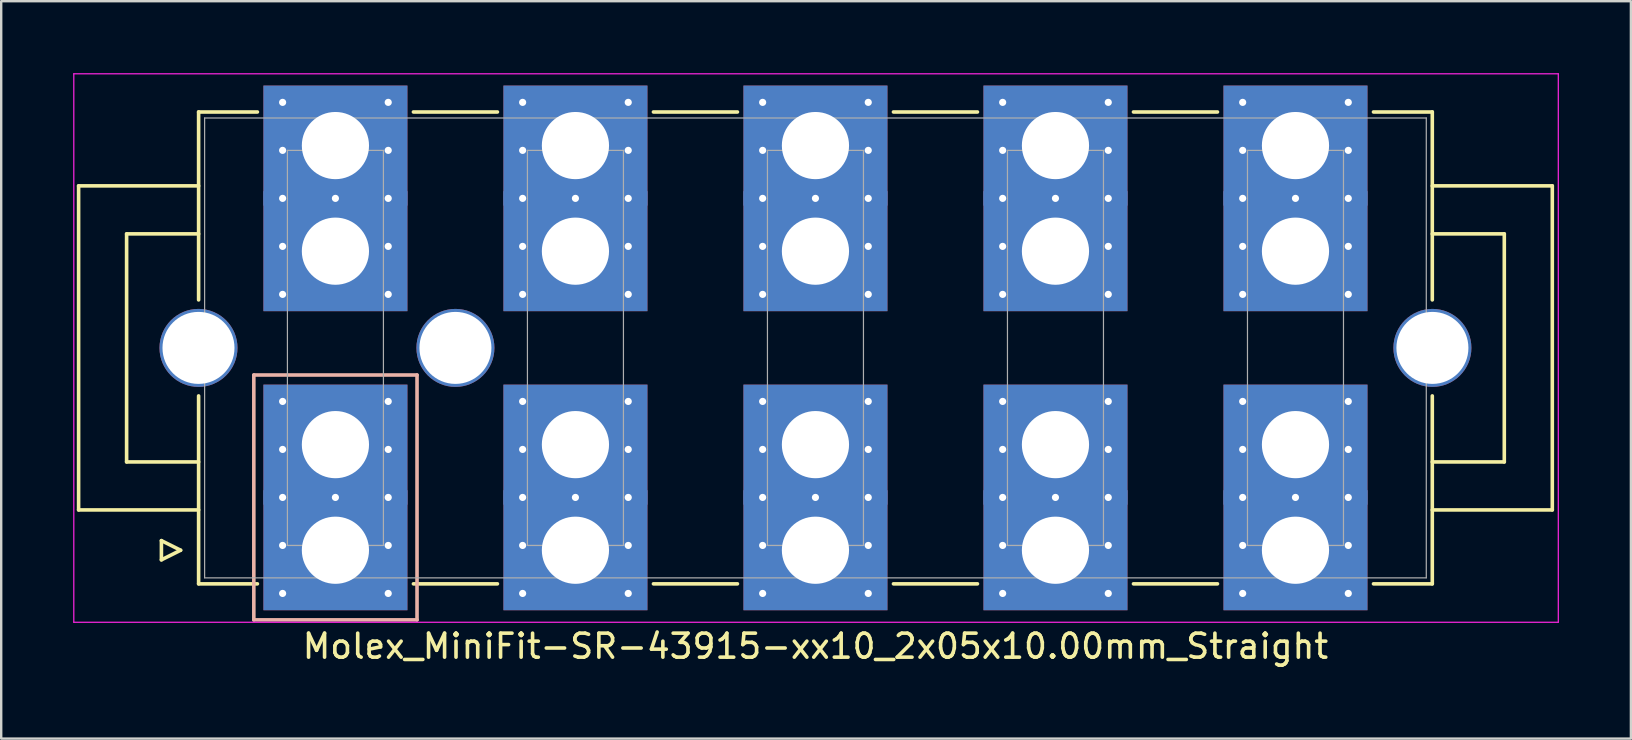
<source format=kicad_pcb>
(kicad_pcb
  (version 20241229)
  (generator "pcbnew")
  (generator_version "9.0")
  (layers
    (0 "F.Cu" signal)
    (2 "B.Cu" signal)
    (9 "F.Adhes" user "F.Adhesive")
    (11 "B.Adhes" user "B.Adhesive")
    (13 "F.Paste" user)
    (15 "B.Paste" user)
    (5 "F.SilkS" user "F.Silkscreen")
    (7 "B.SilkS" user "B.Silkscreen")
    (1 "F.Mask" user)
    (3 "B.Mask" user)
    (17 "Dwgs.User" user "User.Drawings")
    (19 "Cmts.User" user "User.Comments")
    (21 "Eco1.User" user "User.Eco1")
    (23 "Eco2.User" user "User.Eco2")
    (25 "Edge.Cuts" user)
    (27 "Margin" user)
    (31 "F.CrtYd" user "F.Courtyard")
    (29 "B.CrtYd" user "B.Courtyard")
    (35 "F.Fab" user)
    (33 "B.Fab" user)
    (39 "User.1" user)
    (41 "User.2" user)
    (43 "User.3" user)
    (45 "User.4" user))
  (footprint "Molex_MiniFit-SR-43915-xx10_2x05x10.00mm_Straight"
    (layer "F.Cu")
    (at 10.925 19.875)
    (property "Reference" "Molex_MiniFit-SR-43915-xx10_2x05x10.00mm_Straight" (at 20 4 0) (layer "F.SilkS") (effects (font (size 1 1) (thickness 0.15))))
    (attr through_hole)
    (fp_line (start -10.7 -15.18) (end -10.7 -1.68) (stroke (width 0.15) (type solid)) (layer "F.SilkS"))
    (fp_line (start -10.7 -1.68) (end -5.7 -1.68) (stroke (width 0.15) (type solid)) (layer "F.SilkS"))
    (fp_line (start -8.7 -13.18) (end -8.7 -3.68) (stroke (width 0.15) (type solid)) (layer "F.SilkS"))
    (fp_line (start -8.7 -3.68) (end -5.7 -3.68) (stroke (width 0.15) (type solid)) (layer "F.SilkS"))
    (fp_line (start -7.25 -0.4) (end -7.25 0.4) (stroke (width 0.15) (type solid)) (layer "F.SilkS"))
    (fp_line (start -7.25 0.4) (end -6.45 0) (stroke (width 0.15) (type solid)) (layer "F.SilkS"))
    (fp_line (start -6.45 0) (end -7.25 -0.4) (stroke (width 0.15) (type solid)) (layer "F.SilkS"))
    (fp_line (start -5.7 -18.26) (end -5.7 -10.43) (stroke (width 0.15) (type solid)) (layer "F.SilkS"))
    (fp_line (start -5.7 -15.18) (end -10.7 -15.18) (stroke (width 0.15) (type solid)) (layer "F.SilkS"))
    (fp_line (start -5.7 -13.18) (end -8.7 -13.18) (stroke (width 0.15) (type solid)) (layer "F.SilkS"))
    (fp_line (start -5.7 1.4) (end -5.7 -6.43) (stroke (width 0.15) (type solid)) (layer "F.SilkS"))
    (fp_line (start -3.25 -18.26) (end -5.7 -18.26) (stroke (width 0.15) (type solid)) (layer "F.SilkS"))
    (fp_line (start -3.25 1.4) (end -5.7 1.4) (stroke (width 0.15) (type solid)) (layer "F.SilkS"))
    (fp_line (start 3.25 -18.26) (end 6.75 -18.26) (stroke (width 0.15) (type solid)) (layer "F.SilkS"))
    (fp_line (start 3.25 1.4) (end 6.75 1.4) (stroke (width 0.15) (type solid)) (layer "F.SilkS"))
    (fp_line (start 13.25 -18.26) (end 16.75 -18.26) (stroke (width 0.15) (type solid)) (layer "F.SilkS"))
    (fp_line (start 13.25 1.4) (end 16.75 1.4) (stroke (width 0.15) (type solid)) (layer "F.SilkS"))
    (fp_line (start 23.25 -18.26) (end 26.75 -18.26) (stroke (width 0.15) (type solid)) (layer "F.SilkS"))
    (fp_line (start 23.25 1.4) (end 26.75 1.4) (stroke (width 0.15) (type solid)) (layer "F.SilkS"))
    (fp_line (start 33.25 -18.26) (end 36.75 -18.26) (stroke (width 0.15) (type solid)) (layer "F.SilkS"))
    (fp_line (start 33.25 1.4) (end 36.75 1.4) (stroke (width 0.15) (type solid)) (layer "F.SilkS"))
    (fp_line (start 43.25 -18.26) (end 45.7 -18.26) (stroke (width 0.15) (type solid)) (layer "F.SilkS"))
    (fp_line (start 43.25 1.4) (end 45.7 1.4) (stroke (width 0.15) (type solid)) (layer "F.SilkS"))
    (fp_line (start 45.7 -18.26) (end 45.7 -10.43) (stroke (width 0.15) (type solid)) (layer "F.SilkS"))
    (fp_line (start 45.7 -15.18) (end 50.7 -15.18) (stroke (width 0.15) (type solid)) (layer "F.SilkS"))
    (fp_line (start 45.7 -13.18) (end 48.7 -13.18) (stroke (width 0.15) (type solid)) (layer "F.SilkS"))
    (fp_line (start 45.7 1.4) (end 45.7 -6.43) (stroke (width 0.15) (type solid)) (layer "F.SilkS"))
    (fp_line (start 48.7 -13.18) (end 48.7 -3.68) (stroke (width 0.15) (type solid)) (layer "F.SilkS"))
    (fp_line (start 48.7 -3.68) (end 45.7 -3.68) (stroke (width 0.15) (type solid)) (layer "F.SilkS"))
    (fp_line (start 50.7 -15.18) (end 50.7 -1.68) (stroke (width 0.15) (type solid)) (layer "F.SilkS"))
    (fp_line (start 50.7 -1.68) (end 45.7 -1.68) (stroke (width 0.15) (type solid)) (layer "F.SilkS"))
    (fp_line (start -3.4 -7.3) (end -3.4 2.9) (stroke (width 0.15) (type solid)) (layer "B.SilkS"))
    (fp_line (start -3.4 2.9) (end 3.4 2.9) (stroke (width 0.15) (type solid)) (layer "B.SilkS"))
    (fp_line (start 3.4 -7.3) (end -3.4 -7.3) (stroke (width 0.15) (type solid)) (layer "B.SilkS"))
    (fp_line (start 3.4 2.9) (end 3.4 -7.3) (stroke (width 0.15) (type solid)) (layer "B.SilkS"))
    (fp_line (start -10.9 -19.85) (end -10.9 3) (stroke (width 0.05) (type solid)) (layer "F.CrtYd"))
    (fp_line (start -10.9 3) (end 50.95 3) (stroke (width 0.05) (type solid)) (layer "F.CrtYd"))
    (fp_line (start 50.95 -19.85) (end -10.9 -19.85) (stroke (width 0.05) (type solid)) (layer "F.CrtYd"))
    (fp_line (start 50.95 3) (end 50.95 -19.85) (stroke (width 0.05) (type solid)) (layer "F.CrtYd"))
    (fp_line (start -5.45 -18.01) (end -5.45 1.15) (stroke (width 0.05) (type solid)) (layer "F.Fab"))
    (fp_line (start -5.45 1.15) (end 45.45 1.15) (stroke (width 0.05) (type solid)) (layer "F.Fab"))
    (fp_line (start -2 -16.66) (end -2 -0.2) (stroke (width 0.05) (type solid)) (layer "F.Fab"))
    (fp_line (start -2 -0.2) (end 2 -0.2) (stroke (width 0.05) (type solid)) (layer "F.Fab"))
    (fp_line (start 2 -16.66) (end -2 -16.66) (stroke (width 0.05) (type solid)) (layer "F.Fab"))
    (fp_line (start 2 -0.2) (end 2 -16.66) (stroke (width 0.05) (type solid)) (layer "F.Fab"))
    (fp_line (start 8 -16.66) (end 8 -0.2) (stroke (width 0.05) (type solid)) (layer "F.Fab"))
    (fp_line (start 8 -0.2) (end 12 -0.2) (stroke (width 0.05) (type solid)) (layer "F.Fab"))
    (fp_line (start 12 -16.66) (end 8 -16.66) (stroke (width 0.05) (type solid)) (layer "F.Fab"))
    (fp_line (start 12 -0.2) (end 12 -16.66) (stroke (width 0.05) (type solid)) (layer "F.Fab"))
    (fp_line (start 18 -16.66) (end 18 -0.2) (stroke (width 0.05) (type solid)) (layer "F.Fab"))
    (fp_line (start 18 -0.2) (end 22 -0.2) (stroke (width 0.05) (type solid)) (layer "F.Fab"))
    (fp_line (start 22 -16.66) (end 18 -16.66) (stroke (width 0.05) (type solid)) (layer "F.Fab"))
    (fp_line (start 22 -0.2) (end 22 -16.66) (stroke (width 0.05) (type solid)) (layer "F.Fab"))
    (fp_line (start 28 -16.66) (end 28 -0.2) (stroke (width 0.05) (type solid)) (layer "F.Fab"))
    (fp_line (start 28 -0.2) (end 32 -0.2) (stroke (width 0.05) (type solid)) (layer "F.Fab"))
    (fp_line (start 32 -16.66) (end 28 -16.66) (stroke (width 0.05) (type solid)) (layer "F.Fab"))
    (fp_line (start 32 -0.2) (end 32 -16.66) (stroke (width 0.05) (type solid)) (layer "F.Fab"))
    (fp_line (start 38 -16.66) (end 38 -0.2) (stroke (width 0.05) (type solid)) (layer "F.Fab"))
    (fp_line (start 38 -0.2) (end 42 -0.2) (stroke (width 0.05) (type solid)) (layer "F.Fab"))
    (fp_line (start 42 -16.66) (end 38 -16.66) (stroke (width 0.05) (type solid)) (layer "F.Fab"))
    (fp_line (start 42 -0.2) (end 42 -16.66) (stroke (width 0.05) (type solid)) (layer "F.Fab"))
    (fp_line (start 45.45 -18.01) (end -5.45 -18.01) (stroke (width 0.05) (type solid)) (layer "F.Fab"))
    (fp_line (start 45.45 1.15) (end 45.45 -18.01) (stroke (width 0.05) (type solid)) (layer "F.Fab"))
    (pad "" thru_hole circle (at -5.705 -8.43) (size 3.25 3.25) (drill 3) (layers "*.Cu" "*.Mask"))
    (pad "" thru_hole circle (at 0 -14.66) (size 0.5 0.5) (drill 0.3) (layers "*.Cu" "B.Mask"))
    (pad "" thru_hole circle (at 0 -2.2) (size 0.5 0.5) (drill 0.3) (layers "*.Cu" "B.Mask"))
    (pad "" thru_hole circle (at 5 -8.43) (size 3.25 3.25) (drill 3) (layers "*.Cu" "*.Mask"))
    (pad "" thru_hole circle (at 10 -14.66) (size 0.5 0.5) (drill 0.3) (layers "*.Cu" "B.Mask"))
    (pad "" thru_hole circle (at 10 -2.2) (size 0.5 0.5) (drill 0.3) (layers "*.Cu" "B.Mask"))
    (pad "" thru_hole circle (at 20 -14.66) (size 0.5 0.5) (drill 0.3) (layers "*.Cu" "B.Mask"))
    (pad "" thru_hole circle (at 20 -2.2) (size 0.5 0.5) (drill 0.3) (layers "*.Cu" "B.Mask"))
    (pad "" thru_hole circle (at 30 -14.66) (size 0.5 0.5) (drill 0.3) (layers "*.Cu" "B.Mask"))
    (pad "" thru_hole circle (at 30 -2.2) (size 0.5 0.5) (drill 0.3) (layers "*.Cu" "B.Mask"))
    (pad "" thru_hole circle (at 40 -14.66) (size 0.5 0.5) (drill 0.3) (layers "*.Cu" "B.Mask"))
    (pad "" thru_hole circle (at 40 -2.2) (size 0.5 0.5) (drill 0.3) (layers "*.Cu" "B.Mask"))
    (pad "" thru_hole circle (at 45.705 -8.43) (size 3.25 3.25) (drill 3) (layers "*.Cu" "*.Mask"))
    (pad "1" thru_hole rect (at -2.2 -6.2) (size 0.5 0.5) (drill 0.3) (layers "*.Cu" "B.Mask"))
    (pad "1" thru_hole rect (at -2.2 -4.2) (size 0.5 0.5) (drill 0.3) (layers "*.Cu" "B.Mask"))
    (pad "1" thru_hole rect (at -2.2 -2.2) (size 0.5 0.5) (drill 0.3) (layers "*.Cu" "B.Mask"))
    (pad "1" thru_hole rect (at -2.2 -0.2) (size 0.5 0.5) (drill 0.3) (layers "*.Cu" "B.Mask"))
    (pad "1" thru_hole rect (at -2.2 1.8) (size 0.5 0.5) (drill 0.3) (layers "*.Cu" "B.Mask"))
    (pad "1" thru_hole rect (at 0 -4.4) (size 6 5) (drill 2.8) (layers "*.Cu" "B.Mask"))
    (pad "1" thru_hole rect (at 0 0) (size 6 5) (drill 2.8) (layers "*.Cu" "B.Mask"))
    (pad "1" thru_hole rect (at 2.2 -6.2) (size 0.5 0.5) (drill 0.3) (layers "*.Cu" "B.Mask"))
    (pad "1" thru_hole rect (at 2.2 -4.2) (size 0.5 0.5) (drill 0.3) (layers "*.Cu" "B.Mask"))
    (pad "1" thru_hole rect (at 2.2 -2.2) (size 0.5 0.5) (drill 0.3) (layers "*.Cu" "B.Mask"))
    (pad "1" thru_hole rect (at 2.2 -0.2) (size 0.5 0.5) (drill 0.3) (layers "*.Cu" "B.Mask"))
    (pad "1" thru_hole rect (at 2.2 1.8) (size 0.5 0.5) (drill 0.3) (layers "*.Cu" "B.Mask"))
    (pad "2" thru_hole circle (at 7.8 -6.2) (size 0.5 0.5) (drill 0.3) (layers "*.Cu" "B.Mask"))
    (pad "2" thru_hole circle (at 7.8 -4.2) (size 0.5 0.5) (drill 0.3) (layers "*.Cu" "B.Mask"))
    (pad "2" thru_hole circle (at 7.8 -2.2) (size 0.5 0.5) (drill 0.3) (layers "*.Cu" "B.Mask"))
    (pad "2" thru_hole circle (at 7.8 -0.2) (size 0.5 0.5) (drill 0.3) (layers "*.Cu" "B.Mask"))
    (pad "2" thru_hole circle (at 7.8 1.8) (size 0.5 0.5) (drill 0.3) (layers "*.Cu" "B.Mask"))
    (pad "2" thru_hole rect (at 10 -4.4) (size 6 5) (drill 2.8) (layers "*.Cu" "B.Mask"))
    (pad "2" thru_hole rect (at 10 0) (size 6 5) (drill 2.8) (layers "*.Cu" "B.Mask"))
    (pad "2" thru_hole circle (at 12.2 -6.2) (size 0.5 0.5) (drill 0.3) (layers "*.Cu" "B.Mask"))
    (pad "2" thru_hole circle (at 12.2 -4.2) (size 0.5 0.5) (drill 0.3) (layers "*.Cu" "B.Mask"))
    (pad "2" thru_hole circle (at 12.2 -2.2) (size 0.5 0.5) (drill 0.3) (layers "*.Cu" "B.Mask"))
    (pad "2" thru_hole circle (at 12.2 -0.2) (size 0.5 0.5) (drill 0.3) (layers "*.Cu" "B.Mask"))
    (pad "2" thru_hole circle (at 12.2 1.8) (size 0.5 0.5) (drill 0.3) (layers "*.Cu" "B.Mask"))
    (pad "3" thru_hole circle (at 17.8 -6.2) (size 0.5 0.5) (drill 0.3) (layers "*.Cu" "B.Mask"))
    (pad "3" thru_hole circle (at 17.8 -4.2) (size 0.5 0.5) (drill 0.3) (layers "*.Cu" "B.Mask"))
    (pad "3" thru_hole circle (at 17.8 -2.2) (size 0.5 0.5) (drill 0.3) (layers "*.Cu" "B.Mask"))
    (pad "3" thru_hole circle (at 17.8 -0.2) (size 0.5 0.5) (drill 0.3) (layers "*.Cu" "B.Mask"))
    (pad "3" thru_hole circle (at 17.8 1.8) (size 0.5 0.5) (drill 0.3) (layers "*.Cu" "B.Mask"))
    (pad "3" thru_hole rect (at 20 -4.4) (size 6 5) (drill 2.8) (layers "*.Cu" "B.Mask"))
    (pad "3" thru_hole rect (at 20 0) (size 6 5) (drill 2.8) (layers "*.Cu" "B.Mask"))
    (pad "3" thru_hole circle (at 22.2 -6.2) (size 0.5 0.5) (drill 0.3) (layers "*.Cu" "B.Mask"))
    (pad "3" thru_hole circle (at 22.2 -4.2) (size 0.5 0.5) (drill 0.3) (layers "*.Cu" "B.Mask"))
    (pad "3" thru_hole circle (at 22.2 -2.2) (size 0.5 0.5) (drill 0.3) (layers "*.Cu" "B.Mask"))
    (pad "3" thru_hole circle (at 22.2 -0.2) (size 0.5 0.5) (drill 0.3) (layers "*.Cu" "B.Mask"))
    (pad "3" thru_hole circle (at 22.2 1.8) (size 0.5 0.5) (drill 0.3) (layers "*.Cu" "B.Mask"))
    (pad "4" thru_hole circle (at 27.8 -6.2) (size 0.5 0.5) (drill 0.3) (layers "*.Cu" "B.Mask"))
    (pad "4" thru_hole circle (at 27.8 -4.2) (size 0.5 0.5) (drill 0.3) (layers "*.Cu" "B.Mask"))
    (pad "4" thru_hole circle (at 27.8 -2.2) (size 0.5 0.5) (drill 0.3) (layers "*.Cu" "B.Mask"))
    (pad "4" thru_hole circle (at 27.8 -0.2) (size 0.5 0.5) (drill 0.3) (layers "*.Cu" "B.Mask"))
    (pad "4" thru_hole circle (at 27.8 1.8) (size 0.5 0.5) (drill 0.3) (layers "*.Cu" "B.Mask"))
    (pad "4" thru_hole rect (at 30 -4.4) (size 6 5) (drill 2.8) (layers "*.Cu" "B.Mask"))
    (pad "4" thru_hole rect (at 30 0) (size 6 5) (drill 2.8) (layers "*.Cu" "B.Mask"))
    (pad "4" thru_hole circle (at 32.2 -6.2) (size 0.5 0.5) (drill 0.3) (layers "*.Cu" "B.Mask"))
    (pad "4" thru_hole circle (at 32.2 -4.2) (size 0.5 0.5) (drill 0.3) (layers "*.Cu" "B.Mask"))
    (pad "4" thru_hole circle (at 32.2 -2.2) (size 0.5 0.5) (drill 0.3) (layers "*.Cu" "B.Mask"))
    (pad "4" thru_hole circle (at 32.2 -0.2) (size 0.5 0.5) (drill 0.3) (layers "*.Cu" "B.Mask"))
    (pad "4" thru_hole circle (at 32.2 1.8) (size 0.5 0.5) (drill 0.3) (layers "*.Cu" "B.Mask"))
    (pad "5" thru_hole circle (at 37.8 -6.2) (size 0.5 0.5) (drill 0.3) (layers "*.Cu" "B.Mask"))
    (pad "5" thru_hole circle (at 37.8 -4.2) (size 0.5 0.5) (drill 0.3) (layers "*.Cu" "B.Mask"))
    (pad "5" thru_hole circle (at 37.8 -2.2) (size 0.5 0.5) (drill 0.3) (layers "*.Cu" "B.Mask"))
    (pad "5" thru_hole circle (at 37.8 -0.2) (size 0.5 0.5) (drill 0.3) (layers "*.Cu" "B.Mask"))
    (pad "5" thru_hole circle (at 37.8 1.8) (size 0.5 0.5) (drill 0.3) (layers "*.Cu" "B.Mask"))
    (pad "5" thru_hole rect (at 40 -4.4) (size 6 5) (drill 2.8) (layers "*.Cu" "B.Mask"))
    (pad "5" thru_hole rect (at 40 0) (size 6 5) (drill 2.8) (layers "*.Cu" "B.Mask"))
    (pad "5" thru_hole circle (at 42.2 -6.2) (size 0.5 0.5) (drill 0.3) (layers "*.Cu" "B.Mask"))
    (pad "5" thru_hole circle (at 42.2 -4.2) (size 0.5 0.5) (drill 0.3) (layers "*.Cu" "B.Mask"))
    (pad "5" thru_hole circle (at 42.2 -2.2) (size 0.5 0.5) (drill 0.3) (layers "*.Cu" "B.Mask"))
    (pad "5" thru_hole circle (at 42.2 -0.2) (size 0.5 0.5) (drill 0.3) (layers "*.Cu" "B.Mask"))
    (pad "5" thru_hole circle (at 42.2 1.8) (size 0.5 0.5) (drill 0.3) (layers "*.Cu" "B.Mask"))
    (pad "6" thru_hole circle (at -2.2 -18.66) (size 0.5 0.5) (drill 0.3) (layers "*.Cu" "B.Mask"))
    (pad "6" thru_hole circle (at -2.2 -16.66) (size 0.5 0.5) (drill 0.3) (layers "*.Cu" "B.Mask"))
    (pad "6" thru_hole circle (at -2.2 -14.66) (size 0.5 0.5) (drill 0.3) (layers "*.Cu" "B.Mask"))
    (pad "6" thru_hole circle (at -2.2 -12.66) (size 0.5 0.5) (drill 0.3) (layers "*.Cu" "B.Mask"))
    (pad "6" thru_hole circle (at -2.2 -10.66) (size 0.5 0.5) (drill 0.3) (layers "*.Cu" "B.Mask"))
    (pad "6" thru_hole rect (at 0 -16.86) (size 6 5) (drill 2.8) (layers "*.Cu" "B.Mask"))
    (pad "6" thru_hole rect (at 0 -12.46) (size 6 5) (drill 2.8) (layers "*.Cu" "B.Mask"))
    (pad "6" thru_hole circle (at 2.2 -18.66) (size 0.5 0.5) (drill 0.3) (layers "*.Cu" "B.Mask"))
    (pad "6" thru_hole circle (at 2.2 -16.66) (size 0.5 0.5) (drill 0.3) (layers "*.Cu" "B.Mask"))
    (pad "6" thru_hole circle (at 2.2 -14.66) (size 0.5 0.5) (drill 0.3) (layers "*.Cu" "B.Mask"))
    (pad "6" thru_hole circle (at 2.2 -12.66) (size 0.5 0.5) (drill 0.3) (layers "*.Cu" "B.Mask"))
    (pad "6" thru_hole circle (at 2.2 -10.66) (size 0.5 0.5) (drill 0.3) (layers "*.Cu" "B.Mask"))
    (pad "7" thru_hole circle (at 7.8 -18.66) (size 0.5 0.5) (drill 0.3) (layers "*.Cu" "B.Mask"))
    (pad "7" thru_hole circle (at 7.8 -16.66) (size 0.5 0.5) (drill 0.3) (layers "*.Cu" "B.Mask"))
    (pad "7" thru_hole circle (at 7.8 -14.66) (size 0.5 0.5) (drill 0.3) (layers "*.Cu" "B.Mask"))
    (pad "7" thru_hole circle (at 7.8 -12.66) (size 0.5 0.5) (drill 0.3) (layers "*.Cu" "B.Mask"))
    (pad "7" thru_hole circle (at 7.8 -10.66) (size 0.5 0.5) (drill 0.3) (layers "*.Cu" "B.Mask"))
    (pad "7" thru_hole rect (at 10 -16.86) (size 6 5) (drill 2.8) (layers "*.Cu" "B.Mask"))
    (pad "7" thru_hole rect (at 10 -12.46) (size 6 5) (drill 2.8) (layers "*.Cu" "B.Mask"))
    (pad "7" thru_hole circle (at 12.2 -18.66) (size 0.5 0.5) (drill 0.3) (layers "*.Cu" "B.Mask"))
    (pad "7" thru_hole circle (at 12.2 -16.66) (size 0.5 0.5) (drill 0.3) (layers "*.Cu" "B.Mask"))
    (pad "7" thru_hole circle (at 12.2 -14.66) (size 0.5 0.5) (drill 0.3) (layers "*.Cu" "B.Mask"))
    (pad "7" thru_hole circle (at 12.2 -12.66) (size 0.5 0.5) (drill 0.3) (layers "*.Cu" "B.Mask"))
    (pad "7" thru_hole circle (at 12.2 -10.66) (size 0.5 0.5) (drill 0.3) (layers "*.Cu" "B.Mask"))
    (pad "8" thru_hole circle (at 17.8 -18.66) (size 0.5 0.5) (drill 0.3) (layers "*.Cu" "B.Mask"))
    (pad "8" thru_hole circle (at 17.8 -16.66) (size 0.5 0.5) (drill 0.3) (layers "*.Cu" "B.Mask"))
    (pad "8" thru_hole circle (at 17.8 -14.66) (size 0.5 0.5) (drill 0.3) (layers "*.Cu" "B.Mask"))
    (pad "8" thru_hole circle (at 17.8 -12.66) (size 0.5 0.5) (drill 0.3) (layers "*.Cu" "B.Mask"))
    (pad "8" thru_hole circle (at 17.8 -10.66) (size 0.5 0.5) (drill 0.3) (layers "*.Cu" "B.Mask"))
    (pad "8" thru_hole rect (at 20 -16.86) (size 6 5) (drill 2.8) (layers "*.Cu" "B.Mask"))
    (pad "8" thru_hole rect (at 20 -12.46) (size 6 5) (drill 2.8) (layers "*.Cu" "B.Mask"))
    (pad "8" thru_hole circle (at 22.2 -18.66) (size 0.5 0.5) (drill 0.3) (layers "*.Cu" "B.Mask"))
    (pad "8" thru_hole circle (at 22.2 -16.66) (size 0.5 0.5) (drill 0.3) (layers "*.Cu" "B.Mask"))
    (pad "8" thru_hole circle (at 22.2 -14.66) (size 0.5 0.5) (drill 0.3) (layers "*.Cu" "B.Mask"))
    (pad "8" thru_hole circle (at 22.2 -12.66) (size 0.5 0.5) (drill 0.3) (layers "*.Cu" "B.Mask"))
    (pad "8" thru_hole circle (at 22.2 -10.66) (size 0.5 0.5) (drill 0.3) (layers "*.Cu" "B.Mask"))
    (pad "9" thru_hole circle (at 27.8 -18.66) (size 0.5 0.5) (drill 0.3) (layers "*.Cu" "B.Mask"))
    (pad "9" thru_hole circle (at 27.8 -16.66) (size 0.5 0.5) (drill 0.3) (layers "*.Cu" "B.Mask"))
    (pad "9" thru_hole circle (at 27.8 -14.66) (size 0.5 0.5) (drill 0.3) (layers "*.Cu" "B.Mask"))
    (pad "9" thru_hole circle (at 27.8 -12.66) (size 0.5 0.5) (drill 0.3) (layers "*.Cu" "B.Mask"))
    (pad "9" thru_hole circle (at 27.8 -10.66) (size 0.5 0.5) (drill 0.3) (layers "*.Cu" "B.Mask"))
    (pad "9" thru_hole rect (at 30 -16.86) (size 6 5) (drill 2.8) (layers "*.Cu" "B.Mask"))
    (pad "9" thru_hole rect (at 30 -12.46) (size 6 5) (drill 2.8) (layers "*.Cu" "B.Mask"))
    (pad "9" thru_hole circle (at 32.2 -18.66) (size 0.5 0.5) (drill 0.3) (layers "*.Cu" "B.Mask"))
    (pad "9" thru_hole circle (at 32.2 -16.66) (size 0.5 0.5) (drill 0.3) (layers "*.Cu" "B.Mask"))
    (pad "9" thru_hole circle (at 32.2 -14.66) (size 0.5 0.5) (drill 0.3) (layers "*.Cu" "B.Mask"))
    (pad "9" thru_hole circle (at 32.2 -12.66) (size 0.5 0.5) (drill 0.3) (layers "*.Cu" "B.Mask"))
    (pad "9" thru_hole circle (at 32.2 -10.66) (size 0.5 0.5) (drill 0.3) (layers "*.Cu" "B.Mask"))
    (pad "10" thru_hole circle (at 37.8 -18.66) (size 0.5 0.5) (drill 0.3) (layers "*.Cu" "B.Mask"))
    (pad "10" thru_hole circle (at 37.8 -16.66) (size 0.5 0.5) (drill 0.3) (layers "*.Cu" "B.Mask"))
    (pad "10" thru_hole circle (at 37.8 -14.66) (size 0.5 0.5) (drill 0.3) (layers "*.Cu" "B.Mask"))
    (pad "10" thru_hole circle (at 37.8 -12.66) (size 0.5 0.5) (drill 0.3) (layers "*.Cu" "B.Mask"))
    (pad "10" thru_hole circle (at 37.8 -10.66) (size 0.5 0.5) (drill 0.3) (layers "*.Cu" "B.Mask"))
    (pad "10" thru_hole rect (at 40 -16.86) (size 6 5) (drill 2.8) (layers "*.Cu" "B.Mask"))
    (pad "10" thru_hole rect (at 40 -12.46) (size 6 5) (drill 2.8) (layers "*.Cu" "B.Mask"))
    (pad "10" thru_hole circle (at 42.2 -18.66) (size 0.5 0.5) (drill 0.3) (layers "*.Cu" "B.Mask"))
    (pad "10" thru_hole circle (at 42.2 -16.66) (size 0.5 0.5) (drill 0.3) (layers "*.Cu" "B.Mask"))
    (pad "10" thru_hole circle (at 42.2 -14.66) (size 0.5 0.5) (drill 0.3) (layers "*.Cu" "B.Mask"))
    (pad "10" thru_hole circle (at 42.2 -12.66) (size 0.5 0.5) (drill 0.3) (layers "*.Cu" "B.Mask"))
    (pad "10" thru_hole circle (at 42.2 -10.66) (size 0.5 0.5) (drill 0.3) (layers "*.Cu" "B.Mask")))
  (gr_rect
    (start -3 -3)
    (end 64.9 27.723)
    (stroke (width 0.1) (type default))
    (fill no)
    (layer "Edge.Cuts")))
</source>
